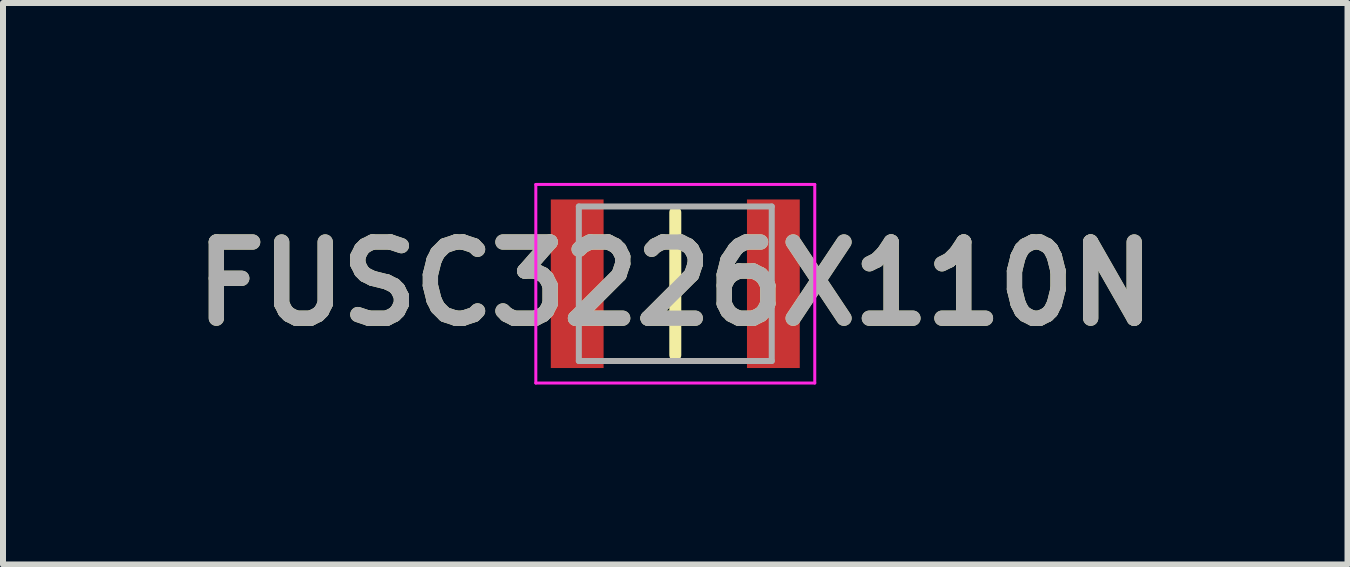
<source format=kicad_pcb>
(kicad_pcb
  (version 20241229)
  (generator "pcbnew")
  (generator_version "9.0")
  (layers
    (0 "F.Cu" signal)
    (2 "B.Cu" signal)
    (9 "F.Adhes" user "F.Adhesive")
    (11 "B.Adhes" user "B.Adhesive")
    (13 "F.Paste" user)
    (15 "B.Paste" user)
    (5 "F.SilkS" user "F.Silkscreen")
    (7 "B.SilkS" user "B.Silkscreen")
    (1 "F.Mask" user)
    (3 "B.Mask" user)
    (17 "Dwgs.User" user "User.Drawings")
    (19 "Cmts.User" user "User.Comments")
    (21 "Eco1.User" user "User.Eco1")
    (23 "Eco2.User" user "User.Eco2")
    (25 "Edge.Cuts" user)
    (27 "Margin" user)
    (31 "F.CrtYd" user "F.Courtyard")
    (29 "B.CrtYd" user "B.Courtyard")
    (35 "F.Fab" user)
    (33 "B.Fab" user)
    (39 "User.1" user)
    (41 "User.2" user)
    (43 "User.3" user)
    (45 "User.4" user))
  (footprint "FUSC3226X110N"
    (layer "F.Cu")
    (at 8.207 1.68)
    (property "Reference" "FUSC3226X110N" (at 0 0 0) (layer "F.SilkS") (effects (font (size 1.27 1.27) (thickness 0.254))))
    (attr smd)
    (fp_line (start 0 -1.188) (end 0 1.188) (stroke (width 0.2) (type solid)) (layer "F.SilkS"))
    (fp_line (start -2.325 -1.655) (end 2.325 -1.655) (stroke (width 0.05) (type solid)) (layer "F.CrtYd"))
    (fp_line (start -2.325 1.655) (end -2.325 -1.655) (stroke (width 0.05) (type solid)) (layer "F.CrtYd"))
    (fp_line (start 2.325 -1.655) (end 2.325 1.655) (stroke (width 0.05) (type solid)) (layer "F.CrtYd"))
    (fp_line (start 2.325 1.655) (end -2.325 1.655) (stroke (width 0.05) (type solid)) (layer "F.CrtYd"))
    (fp_line (start -1.608 -1.288) (end 1.608 -1.288) (stroke (width 0.1) (type solid)) (layer "F.Fab"))
    (fp_line (start -1.608 1.288) (end -1.608 -1.288) (stroke (width 0.1) (type solid)) (layer "F.Fab"))
    (fp_line (start 1.608 -1.288) (end 1.608 1.288) (stroke (width 0.1) (type solid)) (layer "F.Fab"))
    (fp_line (start 1.608 1.288) (end -1.608 1.288) (stroke (width 0.1) (type solid)) (layer "F.Fab"))
    (fp_text user "${REFERENCE}" (at 0 0 0) (layer "F.Fab") (effects (font (size 1.27 1.27) (thickness 0.254))))
    (pad "1" smd rect (at -1.635 0) (size 0.88 2.81) (layers "F.Cu" "F.Mask" "F.Paste"))
    (pad "2" smd rect (at 1.635 0) (size 0.88 2.81) (layers "F.Cu" "F.Mask" "F.Paste")))
  (gr_rect
    (start -3 -3)
    (end 19.413 6.36)
    (stroke (width 0.1) (type default))
    (fill no)
    (layer "Edge.Cuts")))
</source>
